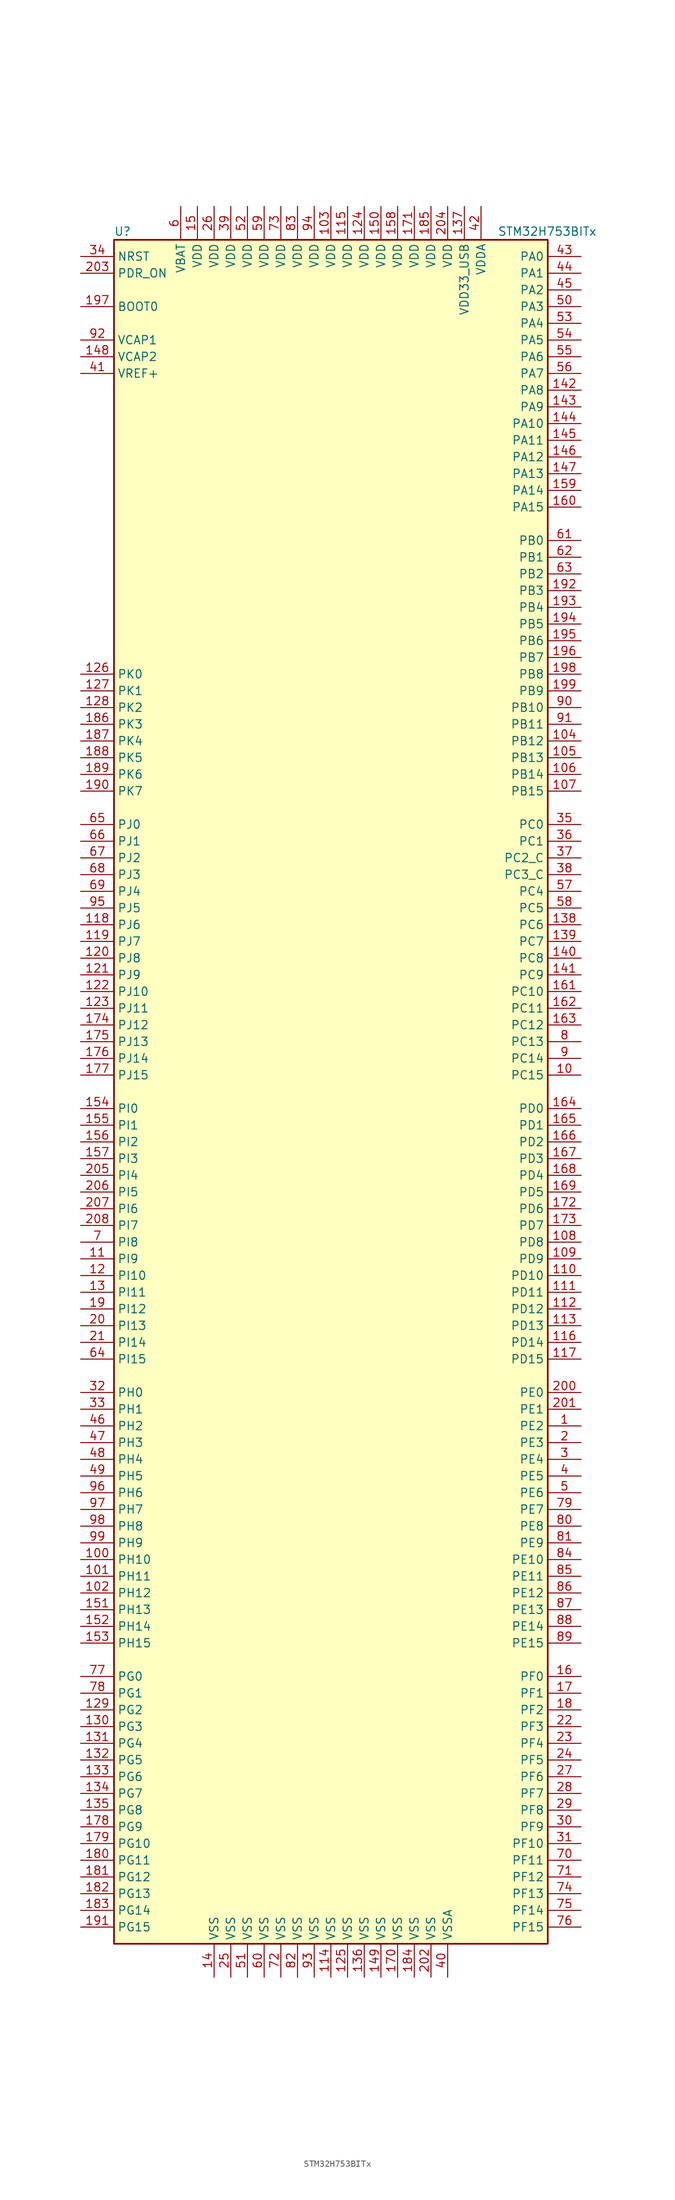
<source format=kicad_sym>
(kicad_symbol_lib
  (version 20220914)
  (generator kicad_symbol_editor)
  (symbol "STM32H753BITx"
    (property "Reference" "U"
      (at -33.02 130.81 0)
      (effects (font (size 1.27 1.27)) (justify left)))
    (property "Value" "STM32H753BITx"
      (at 25.4 130.81 0)
      (effects (font (size 1.27 1.27)) (justify left)))
    (symbol "STM32H753BITx_0_1"
      (rectangle (start -33.02 -129.54) (end 33.02 129.54) (stroke (width 0.254) (type default)) (fill (type background))))
    (symbol "STM32H753BITx_1_1"
      (pin bidirectional line (at 38.1 -50.8 180) (length 5.08) (name "PE2" (effects (font (size 1.27 1.27)))) (number "1" (effects (font (size 1.27 1.27)))))
      (pin bidirectional line (at 38.1 2.54 180) (length 5.08) (name "PC15" (effects (font (size 1.27 1.27)))) (number "10" (effects (font (size 1.27 1.27)))))
      (pin bidirectional line (at -38.1 -71.12 0) (length 5.08) (name "PH10" (effects (font (size 1.27 1.27)))) (number "100" (effects (font (size 1.27 1.27)))))
      (pin bidirectional line (at -38.1 -73.66 0) (length 5.08) (name "PH11" (effects (font (size 1.27 1.27)))) (number "101" (effects (font (size 1.27 1.27)))))
      (pin bidirectional line (at -38.1 -76.2 0) (length 5.08) (name "PH12" (effects (font (size 1.27 1.27)))) (number "102" (effects (font (size 1.27 1.27)))))
      (pin power_in line (at 0 134.62 270) (length 5.08) (name "VDD" (effects (font (size 1.27 1.27)))) (number "103" (effects (font (size 1.27 1.27)))))
      (pin bidirectional line (at 38.1 53.34 180) (length 5.08) (name "PB12" (effects (font (size 1.27 1.27)))) (number "104" (effects (font (size 1.27 1.27)))))
      (pin bidirectional line (at 38.1 50.8 180) (length 5.08) (name "PB13" (effects (font (size 1.27 1.27)))) (number "105" (effects (font (size 1.27 1.27)))))
      (pin bidirectional line (at 38.1 48.26 180) (length 5.08) (name "PB14" (effects (font (size 1.27 1.27)))) (number "106" (effects (font (size 1.27 1.27)))))
      (pin bidirectional line (at 38.1 45.72 180) (length 5.08) (name "PB15" (effects (font (size 1.27 1.27)))) (number "107" (effects (font (size 1.27 1.27)))))
      (pin bidirectional line (at 38.1 -22.86 180) (length 5.08) (name "PD8" (effects (font (size 1.27 1.27)))) (number "108" (effects (font (size 1.27 1.27)))))
      (pin bidirectional line (at 38.1 -25.4 180) (length 5.08) (name "PD9" (effects (font (size 1.27 1.27)))) (number "109" (effects (font (size 1.27 1.27)))))
      (pin bidirectional line (at -38.1 -25.4 0) (length 5.08) (name "PI9" (effects (font (size 1.27 1.27)))) (number "11" (effects (font (size 1.27 1.27)))))
      (pin bidirectional line (at 38.1 -27.94 180) (length 5.08) (name "PD10" (effects (font (size 1.27 1.27)))) (number "110" (effects (font (size 1.27 1.27)))))
      (pin bidirectional line (at 38.1 -30.48 180) (length 5.08) (name "PD11" (effects (font (size 1.27 1.27)))) (number "111" (effects (font (size 1.27 1.27)))))
      (pin bidirectional line (at 38.1 -33.02 180) (length 5.08) (name "PD12" (effects (font (size 1.27 1.27)))) (number "112" (effects (font (size 1.27 1.27)))))
      (pin bidirectional line (at 38.1 -35.56 180) (length 5.08) (name "PD13" (effects (font (size 1.27 1.27)))) (number "113" (effects (font (size 1.27 1.27)))))
      (pin power_in line (at 0 -134.62 90) (length 5.08) (name "VSS" (effects (font (size 1.27 1.27)))) (number "114" (effects (font (size 1.27 1.27)))))
      (pin power_in line (at 2.54 134.62 270) (length 5.08) (name "VDD" (effects (font (size 1.27 1.27)))) (number "115" (effects (font (size 1.27 1.27)))))
      (pin bidirectional line (at 38.1 -38.1 180) (length 5.08) (name "PD14" (effects (font (size 1.27 1.27)))) (number "116" (effects (font (size 1.27 1.27)))))
      (pin bidirectional line (at 38.1 -40.64 180) (length 5.08) (name "PD15" (effects (font (size 1.27 1.27)))) (number "117" (effects (font (size 1.27 1.27)))))
      (pin bidirectional line (at -38.1 25.4 0) (length 5.08) (name "PJ6" (effects (font (size 1.27 1.27)))) (number "118" (effects (font (size 1.27 1.27)))))
      (pin bidirectional line (at -38.1 22.86 0) (length 5.08) (name "PJ7" (effects (font (size 1.27 1.27)))) (number "119" (effects (font (size 1.27 1.27)))))
      (pin bidirectional line (at -38.1 -27.94 0) (length 5.08) (name "PI10" (effects (font (size 1.27 1.27)))) (number "12" (effects (font (size 1.27 1.27)))))
      (pin bidirectional line (at -38.1 20.32 0) (length 5.08) (name "PJ8" (effects (font (size 1.27 1.27)))) (number "120" (effects (font (size 1.27 1.27)))))
      (pin bidirectional line (at -38.1 17.78 0) (length 5.08) (name "PJ9" (effects (font (size 1.27 1.27)))) (number "121" (effects (font (size 1.27 1.27)))))
      (pin bidirectional line (at -38.1 15.24 0) (length 5.08) (name "PJ10" (effects (font (size 1.27 1.27)))) (number "122" (effects (font (size 1.27 1.27)))))
      (pin bidirectional line (at -38.1 12.7 0) (length 5.08) (name "PJ11" (effects (font (size 1.27 1.27)))) (number "123" (effects (font (size 1.27 1.27)))))
      (pin power_in line (at 5.08 134.62 270) (length 5.08) (name "VDD" (effects (font (size 1.27 1.27)))) (number "124" (effects (font (size 1.27 1.27)))))
      (pin power_in line (at 2.54 -134.62 90) (length 5.08) (name "VSS" (effects (font (size 1.27 1.27)))) (number "125" (effects (font (size 1.27 1.27)))))
      (pin bidirectional line (at -38.1 63.5 0) (length 5.08) (name "PK0" (effects (font (size 1.27 1.27)))) (number "126" (effects (font (size 1.27 1.27)))))
      (pin bidirectional line (at -38.1 60.96 0) (length 5.08) (name "PK1" (effects (font (size 1.27 1.27)))) (number "127" (effects (font (size 1.27 1.27)))))
      (pin bidirectional line (at -38.1 58.42 0) (length 5.08) (name "PK2" (effects (font (size 1.27 1.27)))) (number "128" (effects (font (size 1.27 1.27)))))
      (pin bidirectional line (at -38.1 -93.98 0) (length 5.08) (name "PG2" (effects (font (size 1.27 1.27)))) (number "129" (effects (font (size 1.27 1.27)))))
      (pin bidirectional line (at -38.1 -30.48 0) (length 5.08) (name "PI11" (effects (font (size 1.27 1.27)))) (number "13" (effects (font (size 1.27 1.27)))))
      (pin bidirectional line (at -38.1 -96.52 0) (length 5.08) (name "PG3" (effects (font (size 1.27 1.27)))) (number "130" (effects (font (size 1.27 1.27)))))
      (pin bidirectional line (at -38.1 -99.06 0) (length 5.08) (name "PG4" (effects (font (size 1.27 1.27)))) (number "131" (effects (font (size 1.27 1.27)))))
      (pin bidirectional line (at -38.1 -101.6 0) (length 5.08) (name "PG5" (effects (font (size 1.27 1.27)))) (number "132" (effects (font (size 1.27 1.27)))))
      (pin bidirectional line (at -38.1 -104.14 0) (length 5.08) (name "PG6" (effects (font (size 1.27 1.27)))) (number "133" (effects (font (size 1.27 1.27)))))
      (pin bidirectional line (at -38.1 -106.68 0) (length 5.08) (name "PG7" (effects (font (size 1.27 1.27)))) (number "134" (effects (font (size 1.27 1.27)))))
      (pin bidirectional line (at -38.1 -109.22 0) (length 5.08) (name "PG8" (effects (font (size 1.27 1.27)))) (number "135" (effects (font (size 1.27 1.27)))))
      (pin power_in line (at 5.08 -134.62 90) (length 5.08) (name "VSS" (effects (font (size 1.27 1.27)))) (number "136" (effects (font (size 1.27 1.27)))))
      (pin power_in line (at 20.32 134.62 270) (length 5.08) (name "VDD33_USB" (effects (font (size 1.27 1.27)))) (number "137" (effects (font (size 1.27 1.27)))))
      (pin bidirectional line (at 38.1 25.4 180) (length 5.08) (name "PC6" (effects (font (size 1.27 1.27)))) (number "138" (effects (font (size 1.27 1.27)))))
      (pin bidirectional line (at 38.1 22.86 180) (length 5.08) (name "PC7" (effects (font (size 1.27 1.27)))) (number "139" (effects (font (size 1.27 1.27)))))
      (pin power_in line (at -17.78 -134.62 90) (length 5.08) (name "VSS" (effects (font (size 1.27 1.27)))) (number "14" (effects (font (size 1.27 1.27)))))
      (pin bidirectional line (at 38.1 20.32 180) (length 5.08) (name "PC8" (effects (font (size 1.27 1.27)))) (number "140" (effects (font (size 1.27 1.27)))))
      (pin bidirectional line (at 38.1 17.78 180) (length 5.08) (name "PC9" (effects (font (size 1.27 1.27)))) (number "141" (effects (font (size 1.27 1.27)))))
      (pin bidirectional line (at 38.1 106.68 180) (length 5.08) (name "PA8" (effects (font (size 1.27 1.27)))) (number "142" (effects (font (size 1.27 1.27)))))
      (pin bidirectional line (at 38.1 104.14 180) (length 5.08) (name "PA9" (effects (font (size 1.27 1.27)))) (number "143" (effects (font (size 1.27 1.27)))))
      (pin bidirectional line (at 38.1 101.6 180) (length 5.08) (name "PA10" (effects (font (size 1.27 1.27)))) (number "144" (effects (font (size 1.27 1.27)))))
      (pin bidirectional line (at 38.1 99.06 180) (length 5.08) (name "PA11" (effects (font (size 1.27 1.27)))) (number "145" (effects (font (size 1.27 1.27)))))
      (pin bidirectional line (at 38.1 96.52 180) (length 5.08) (name "PA12" (effects (font (size 1.27 1.27)))) (number "146" (effects (font (size 1.27 1.27)))))
      (pin bidirectional line (at 38.1 93.98 180) (length 5.08) (name "PA13" (effects (font (size 1.27 1.27)))) (number "147" (effects (font (size 1.27 1.27)))))
      (pin power_in line (at -38.1 111.76 0) (length 5.08) (name "VCAP2" (effects (font (size 1.27 1.27)))) (number "148" (effects (font (size 1.27 1.27)))))
      (pin power_in line (at 7.62 -134.62 90) (length 5.08) (name "VSS" (effects (font (size 1.27 1.27)))) (number "149" (effects (font (size 1.27 1.27)))))
      (pin power_in line (at -20.32 134.62 270) (length 5.08) (name "VDD" (effects (font (size 1.27 1.27)))) (number "15" (effects (font (size 1.27 1.27)))))
      (pin power_in line (at 7.62 134.62 270) (length 5.08) (name "VDD" (effects (font (size 1.27 1.27)))) (number "150" (effects (font (size 1.27 1.27)))))
      (pin bidirectional line (at -38.1 -78.74 0) (length 5.08) (name "PH13" (effects (font (size 1.27 1.27)))) (number "151" (effects (font (size 1.27 1.27)))))
      (pin bidirectional line (at -38.1 -81.28 0) (length 5.08) (name "PH14" (effects (font (size 1.27 1.27)))) (number "152" (effects (font (size 1.27 1.27)))))
      (pin bidirectional line (at -38.1 -83.82 0) (length 5.08) (name "PH15" (effects (font (size 1.27 1.27)))) (number "153" (effects (font (size 1.27 1.27)))))
      (pin bidirectional line (at -38.1 -2.54 0) (length 5.08) (name "PI0" (effects (font (size 1.27 1.27)))) (number "154" (effects (font (size 1.27 1.27)))))
      (pin bidirectional line (at -38.1 -5.08 0) (length 5.08) (name "PI1" (effects (font (size 1.27 1.27)))) (number "155" (effects (font (size 1.27 1.27)))))
      (pin bidirectional line (at -38.1 -7.62 0) (length 5.08) (name "PI2" (effects (font (size 1.27 1.27)))) (number "156" (effects (font (size 1.27 1.27)))))
      (pin bidirectional line (at -38.1 -10.16 0) (length 5.08) (name "PI3" (effects (font (size 1.27 1.27)))) (number "157" (effects (font (size 1.27 1.27)))))
      (pin power_in line (at 10.16 134.62 270) (length 5.08) (name "VDD" (effects (font (size 1.27 1.27)))) (number "158" (effects (font (size 1.27 1.27)))))
      (pin bidirectional line (at 38.1 91.44 180) (length 5.08) (name "PA14" (effects (font (size 1.27 1.27)))) (number "159" (effects (font (size 1.27 1.27)))))
      (pin bidirectional line (at 38.1 -88.9 180) (length 5.08) (name "PF0" (effects (font (size 1.27 1.27)))) (number "16" (effects (font (size 1.27 1.27)))))
      (pin bidirectional line (at 38.1 88.9 180) (length 5.08) (name "PA15" (effects (font (size 1.27 1.27)))) (number "160" (effects (font (size 1.27 1.27)))))
      (pin bidirectional line (at 38.1 15.24 180) (length 5.08) (name "PC10" (effects (font (size 1.27 1.27)))) (number "161" (effects (font (size 1.27 1.27)))))
      (pin bidirectional line (at 38.1 12.7 180) (length 5.08) (name "PC11" (effects (font (size 1.27 1.27)))) (number "162" (effects (font (size 1.27 1.27)))))
      (pin bidirectional line (at 38.1 10.16 180) (length 5.08) (name "PC12" (effects (font (size 1.27 1.27)))) (number "163" (effects (font (size 1.27 1.27)))))
      (pin bidirectional line (at 38.1 -2.54 180) (length 5.08) (name "PD0" (effects (font (size 1.27 1.27)))) (number "164" (effects (font (size 1.27 1.27)))))
      (pin bidirectional line (at 38.1 -5.08 180) (length 5.08) (name "PD1" (effects (font (size 1.27 1.27)))) (number "165" (effects (font (size 1.27 1.27)))))
      (pin bidirectional line (at 38.1 -7.62 180) (length 5.08) (name "PD2" (effects (font (size 1.27 1.27)))) (number "166" (effects (font (size 1.27 1.27)))))
      (pin bidirectional line (at 38.1 -10.16 180) (length 5.08) (name "PD3" (effects (font (size 1.27 1.27)))) (number "167" (effects (font (size 1.27 1.27)))))
      (pin bidirectional line (at 38.1 -12.7 180) (length 5.08) (name "PD4" (effects (font (size 1.27 1.27)))) (number "168" (effects (font (size 1.27 1.27)))))
      (pin bidirectional line (at 38.1 -15.24 180) (length 5.08) (name "PD5" (effects (font (size 1.27 1.27)))) (number "169" (effects (font (size 1.27 1.27)))))
      (pin bidirectional line (at 38.1 -91.44 180) (length 5.08) (name "PF1" (effects (font (size 1.27 1.27)))) (number "17" (effects (font (size 1.27 1.27)))))
      (pin power_in line (at 10.16 -134.62 90) (length 5.08) (name "VSS" (effects (font (size 1.27 1.27)))) (number "170" (effects (font (size 1.27 1.27)))))
      (pin power_in line (at 12.7 134.62 270) (length 5.08) (name "VDD" (effects (font (size 1.27 1.27)))) (number "171" (effects (font (size 1.27 1.27)))))
      (pin bidirectional line (at 38.1 -17.78 180) (length 5.08) (name "PD6" (effects (font (size 1.27 1.27)))) (number "172" (effects (font (size 1.27 1.27)))))
      (pin bidirectional line (at 38.1 -20.32 180) (length 5.08) (name "PD7" (effects (font (size 1.27 1.27)))) (number "173" (effects (font (size 1.27 1.27)))))
      (pin bidirectional line (at -38.1 10.16 0) (length 5.08) (name "PJ12" (effects (font (size 1.27 1.27)))) (number "174" (effects (font (size 1.27 1.27)))))
      (pin bidirectional line (at -38.1 7.62 0) (length 5.08) (name "PJ13" (effects (font (size 1.27 1.27)))) (number "175" (effects (font (size 1.27 1.27)))))
      (pin bidirectional line (at -38.1 5.08 0) (length 5.08) (name "PJ14" (effects (font (size 1.27 1.27)))) (number "176" (effects (font (size 1.27 1.27)))))
      (pin bidirectional line (at -38.1 2.54 0) (length 5.08) (name "PJ15" (effects (font (size 1.27 1.27)))) (number "177" (effects (font (size 1.27 1.27)))))
      (pin bidirectional line (at -38.1 -111.76 0) (length 5.08) (name "PG9" (effects (font (size 1.27 1.27)))) (number "178" (effects (font (size 1.27 1.27)))))
      (pin bidirectional line (at -38.1 -114.3 0) (length 5.08) (name "PG10" (effects (font (size 1.27 1.27)))) (number "179" (effects (font (size 1.27 1.27)))))
      (pin bidirectional line (at 38.1 -93.98 180) (length 5.08) (name "PF2" (effects (font (size 1.27 1.27)))) (number "18" (effects (font (size 1.27 1.27)))))
      (pin bidirectional line (at -38.1 -116.84 0) (length 5.08) (name "PG11" (effects (font (size 1.27 1.27)))) (number "180" (effects (font (size 1.27 1.27)))))
      (pin bidirectional line (at -38.1 -119.38 0) (length 5.08) (name "PG12" (effects (font (size 1.27 1.27)))) (number "181" (effects (font (size 1.27 1.27)))))
      (pin bidirectional line (at -38.1 -121.92 0) (length 5.08) (name "PG13" (effects (font (size 1.27 1.27)))) (number "182" (effects (font (size 1.27 1.27)))))
      (pin bidirectional line (at -38.1 -124.46 0) (length 5.08) (name "PG14" (effects (font (size 1.27 1.27)))) (number "183" (effects (font (size 1.27 1.27)))))
      (pin power_in line (at 12.7 -134.62 90) (length 5.08) (name "VSS" (effects (font (size 1.27 1.27)))) (number "184" (effects (font (size 1.27 1.27)))))
      (pin power_in line (at 15.24 134.62 270) (length 5.08) (name "VDD" (effects (font (size 1.27 1.27)))) (number "185" (effects (font (size 1.27 1.27)))))
      (pin bidirectional line (at -38.1 55.88 0) (length 5.08) (name "PK3" (effects (font (size 1.27 1.27)))) (number "186" (effects (font (size 1.27 1.27)))))
      (pin bidirectional line (at -38.1 53.34 0) (length 5.08) (name "PK4" (effects (font (size 1.27 1.27)))) (number "187" (effects (font (size 1.27 1.27)))))
      (pin bidirectional line (at -38.1 50.8 0) (length 5.08) (name "PK5" (effects (font (size 1.27 1.27)))) (number "188" (effects (font (size 1.27 1.27)))))
      (pin bidirectional line (at -38.1 48.26 0) (length 5.08) (name "PK6" (effects (font (size 1.27 1.27)))) (number "189" (effects (font (size 1.27 1.27)))))
      (pin bidirectional line (at -38.1 -33.02 0) (length 5.08) (name "PI12" (effects (font (size 1.27 1.27)))) (number "19" (effects (font (size 1.27 1.27)))))
      (pin bidirectional line (at -38.1 45.72 0) (length 5.08) (name "PK7" (effects (font (size 1.27 1.27)))) (number "190" (effects (font (size 1.27 1.27)))))
      (pin bidirectional line (at -38.1 -127 0) (length 5.08) (name "PG15" (effects (font (size 1.27 1.27)))) (number "191" (effects (font (size 1.27 1.27)))))
      (pin bidirectional line (at 38.1 76.2 180) (length 5.08) (name "PB3" (effects (font (size 1.27 1.27)))) (number "192" (effects (font (size 1.27 1.27)))))
      (pin bidirectional line (at 38.1 73.66 180) (length 5.08) (name "PB4" (effects (font (size 1.27 1.27)))) (number "193" (effects (font (size 1.27 1.27)))))
      (pin bidirectional line (at 38.1 71.12 180) (length 5.08) (name "PB5" (effects (font (size 1.27 1.27)))) (number "194" (effects (font (size 1.27 1.27)))))
      (pin bidirectional line (at 38.1 68.58 180) (length 5.08) (name "PB6" (effects (font (size 1.27 1.27)))) (number "195" (effects (font (size 1.27 1.27)))))
      (pin bidirectional line (at 38.1 66.04 180) (length 5.08) (name "PB7" (effects (font (size 1.27 1.27)))) (number "196" (effects (font (size 1.27 1.27)))))
      (pin input line (at -38.1 119.38 0) (length 5.08) (name "BOOT0" (effects (font (size 1.27 1.27)))) (number "197" (effects (font (size 1.27 1.27)))))
      (pin bidirectional line (at 38.1 63.5 180) (length 5.08) (name "PB8" (effects (font (size 1.27 1.27)))) (number "198" (effects (font (size 1.27 1.27)))))
      (pin bidirectional line (at 38.1 60.96 180) (length 5.08) (name "PB9" (effects (font (size 1.27 1.27)))) (number "199" (effects (font (size 1.27 1.27)))))
      (pin bidirectional line (at 38.1 -53.34 180) (length 5.08) (name "PE3" (effects (font (size 1.27 1.27)))) (number "2" (effects (font (size 1.27 1.27)))))
      (pin bidirectional line (at -38.1 -35.56 0) (length 5.08) (name "PI13" (effects (font (size 1.27 1.27)))) (number "20" (effects (font (size 1.27 1.27)))))
      (pin bidirectional line (at 38.1 -45.72 180) (length 5.08) (name "PE0" (effects (font (size 1.27 1.27)))) (number "200" (effects (font (size 1.27 1.27)))))
      (pin bidirectional line (at 38.1 -48.26 180) (length 5.08) (name "PE1" (effects (font (size 1.27 1.27)))) (number "201" (effects (font (size 1.27 1.27)))))
      (pin power_in line (at 15.24 -134.62 90) (length 5.08) (name "VSS" (effects (font (size 1.27 1.27)))) (number "202" (effects (font (size 1.27 1.27)))))
      (pin input line (at -38.1 124.46 0) (length 5.08) (name "PDR_ON" (effects (font (size 1.27 1.27)))) (number "203" (effects (font (size 1.27 1.27)))))
      (pin power_in line (at 17.78 134.62 270) (length 5.08) (name "VDD" (effects (font (size 1.27 1.27)))) (number "204" (effects (font (size 1.27 1.27)))))
      (pin bidirectional line (at -38.1 -12.7 0) (length 5.08) (name "PI4" (effects (font (size 1.27 1.27)))) (number "205" (effects (font (size 1.27 1.27)))))
      (pin bidirectional line (at -38.1 -15.24 0) (length 5.08) (name "PI5" (effects (font (size 1.27 1.27)))) (number "206" (effects (font (size 1.27 1.27)))))
      (pin bidirectional line (at -38.1 -17.78 0) (length 5.08) (name "PI6" (effects (font (size 1.27 1.27)))) (number "207" (effects (font (size 1.27 1.27)))))
      (pin bidirectional line (at -38.1 -20.32 0) (length 5.08) (name "PI7" (effects (font (size 1.27 1.27)))) (number "208" (effects (font (size 1.27 1.27)))))
      (pin bidirectional line (at -38.1 -38.1 0) (length 5.08) (name "PI14" (effects (font (size 1.27 1.27)))) (number "21" (effects (font (size 1.27 1.27)))))
      (pin bidirectional line (at 38.1 -96.52 180) (length 5.08) (name "PF3" (effects (font (size 1.27 1.27)))) (number "22" (effects (font (size 1.27 1.27)))))
      (pin bidirectional line (at 38.1 -99.06 180) (length 5.08) (name "PF4" (effects (font (size 1.27 1.27)))) (number "23" (effects (font (size 1.27 1.27)))))
      (pin bidirectional line (at 38.1 -101.6 180) (length 5.08) (name "PF5" (effects (font (size 1.27 1.27)))) (number "24" (effects (font (size 1.27 1.27)))))
      (pin power_in line (at -15.24 -134.62 90) (length 5.08) (name "VSS" (effects (font (size 1.27 1.27)))) (number "25" (effects (font (size 1.27 1.27)))))
      (pin power_in line (at -17.78 134.62 270) (length 5.08) (name "VDD" (effects (font (size 1.27 1.27)))) (number "26" (effects (font (size 1.27 1.27)))))
      (pin bidirectional line (at 38.1 -104.14 180) (length 5.08) (name "PF6" (effects (font (size 1.27 1.27)))) (number "27" (effects (font (size 1.27 1.27)))))
      (pin bidirectional line (at 38.1 -106.68 180) (length 5.08) (name "PF7" (effects (font (size 1.27 1.27)))) (number "28" (effects (font (size 1.27 1.27)))))
      (pin bidirectional line (at 38.1 -109.22 180) (length 5.08) (name "PF8" (effects (font (size 1.27 1.27)))) (number "29" (effects (font (size 1.27 1.27)))))
      (pin bidirectional line (at 38.1 -55.88 180) (length 5.08) (name "PE4" (effects (font (size 1.27 1.27)))) (number "3" (effects (font (size 1.27 1.27)))))
      (pin bidirectional line (at 38.1 -111.76 180) (length 5.08) (name "PF9" (effects (font (size 1.27 1.27)))) (number "30" (effects (font (size 1.27 1.27)))))
      (pin bidirectional line (at 38.1 -114.3 180) (length 5.08) (name "PF10" (effects (font (size 1.27 1.27)))) (number "31" (effects (font (size 1.27 1.27)))))
      (pin input line (at -38.1 -45.72 0) (length 5.08) (name "PH0" (effects (font (size 1.27 1.27)))) (number "32" (effects (font (size 1.27 1.27)))))
      (pin input line (at -38.1 -48.26 0) (length 5.08) (name "PH1" (effects (font (size 1.27 1.27)))) (number "33" (effects (font (size 1.27 1.27)))))
      (pin input line (at -38.1 127 0) (length 5.08) (name "NRST" (effects (font (size 1.27 1.27)))) (number "34" (effects (font (size 1.27 1.27)))))
      (pin bidirectional line (at 38.1 40.64 180) (length 5.08) (name "PC0" (effects (font (size 1.27 1.27)))) (number "35" (effects (font (size 1.27 1.27)))))
      (pin bidirectional line (at 38.1 38.1 180) (length 5.08) (name "PC1" (effects (font (size 1.27 1.27)))) (number "36" (effects (font (size 1.27 1.27)))))
      (pin bidirectional line (at 38.1 35.56 180) (length 5.08) (name "PC2_C" (effects (font (size 1.27 1.27)))) (number "37" (effects (font (size 1.27 1.27)))))
      (pin bidirectional line (at 38.1 33.02 180) (length 5.08) (name "PC3_C" (effects (font (size 1.27 1.27)))) (number "38" (effects (font (size 1.27 1.27)))))
      (pin power_in line (at -15.24 134.62 270) (length 5.08) (name "VDD" (effects (font (size 1.27 1.27)))) (number "39" (effects (font (size 1.27 1.27)))))
      (pin bidirectional line (at 38.1 -58.42 180) (length 5.08) (name "PE5" (effects (font (size 1.27 1.27)))) (number "4" (effects (font (size 1.27 1.27)))))
      (pin power_in line (at 17.78 -134.62 90) (length 5.08) (name "VSSA" (effects (font (size 1.27 1.27)))) (number "40" (effects (font (size 1.27 1.27)))))
      (pin bidirectional line (at -38.1 109.22 0) (length 5.08) (name "VREF+" (effects (font (size 1.27 1.27)))) (number "41" (effects (font (size 1.27 1.27)))))
      (pin power_in line (at 22.86 134.62 270) (length 5.08) (name "VDDA" (effects (font (size 1.27 1.27)))) (number "42" (effects (font (size 1.27 1.27)))))
      (pin bidirectional line (at 38.1 127 180) (length 5.08) (name "PA0" (effects (font (size 1.27 1.27)))) (number "43" (effects (font (size 1.27 1.27)))))
      (pin bidirectional line (at 38.1 124.46 180) (length 5.08) (name "PA1" (effects (font (size 1.27 1.27)))) (number "44" (effects (font (size 1.27 1.27)))))
      (pin bidirectional line (at 38.1 121.92 180) (length 5.08) (name "PA2" (effects (font (size 1.27 1.27)))) (number "45" (effects (font (size 1.27 1.27)))))
      (pin bidirectional line (at -38.1 -50.8 0) (length 5.08) (name "PH2" (effects (font (size 1.27 1.27)))) (number "46" (effects (font (size 1.27 1.27)))))
      (pin bidirectional line (at -38.1 -53.34 0) (length 5.08) (name "PH3" (effects (font (size 1.27 1.27)))) (number "47" (effects (font (size 1.27 1.27)))))
      (pin bidirectional line (at -38.1 -55.88 0) (length 5.08) (name "PH4" (effects (font (size 1.27 1.27)))) (number "48" (effects (font (size 1.27 1.27)))))
      (pin bidirectional line (at -38.1 -58.42 0) (length 5.08) (name "PH5" (effects (font (size 1.27 1.27)))) (number "49" (effects (font (size 1.27 1.27)))))
      (pin bidirectional line (at 38.1 -60.96 180) (length 5.08) (name "PE6" (effects (font (size 1.27 1.27)))) (number "5" (effects (font (size 1.27 1.27)))))
      (pin bidirectional line (at 38.1 119.38 180) (length 5.08) (name "PA3" (effects (font (size 1.27 1.27)))) (number "50" (effects (font (size 1.27 1.27)))))
      (pin power_in line (at -12.7 -134.62 90) (length 5.08) (name "VSS" (effects (font (size 1.27 1.27)))) (number "51" (effects (font (size 1.27 1.27)))))
      (pin power_in line (at -12.7 134.62 270) (length 5.08) (name "VDD" (effects (font (size 1.27 1.27)))) (number "52" (effects (font (size 1.27 1.27)))))
      (pin bidirectional line (at 38.1 116.84 180) (length 5.08) (name "PA4" (effects (font (size 1.27 1.27)))) (number "53" (effects (font (size 1.27 1.27)))))
      (pin bidirectional line (at 38.1 114.3 180) (length 5.08) (name "PA5" (effects (font (size 1.27 1.27)))) (number "54" (effects (font (size 1.27 1.27)))))
      (pin bidirectional line (at 38.1 111.76 180) (length 5.08) (name "PA6" (effects (font (size 1.27 1.27)))) (number "55" (effects (font (size 1.27 1.27)))))
      (pin bidirectional line (at 38.1 109.22 180) (length 5.08) (name "PA7" (effects (font (size 1.27 1.27)))) (number "56" (effects (font (size 1.27 1.27)))))
      (pin bidirectional line (at 38.1 30.48 180) (length 5.08) (name "PC4" (effects (font (size 1.27 1.27)))) (number "57" (effects (font (size 1.27 1.27)))))
      (pin bidirectional line (at 38.1 27.94 180) (length 5.08) (name "PC5" (effects (font (size 1.27 1.27)))) (number "58" (effects (font (size 1.27 1.27)))))
      (pin power_in line (at -10.16 134.62 270) (length 5.08) (name "VDD" (effects (font (size 1.27 1.27)))) (number "59" (effects (font (size 1.27 1.27)))))
      (pin power_in line (at -22.86 134.62 270) (length 5.08) (name "VBAT" (effects (font (size 1.27 1.27)))) (number "6" (effects (font (size 1.27 1.27)))))
      (pin power_in line (at -10.16 -134.62 90) (length 5.08) (name "VSS" (effects (font (size 1.27 1.27)))) (number "60" (effects (font (size 1.27 1.27)))))
      (pin bidirectional line (at 38.1 83.82 180) (length 5.08) (name "PB0" (effects (font (size 1.27 1.27)))) (number "61" (effects (font (size 1.27 1.27)))))
      (pin bidirectional line (at 38.1 81.28 180) (length 5.08) (name "PB1" (effects (font (size 1.27 1.27)))) (number "62" (effects (font (size 1.27 1.27)))))
      (pin bidirectional line (at 38.1 78.74 180) (length 5.08) (name "PB2" (effects (font (size 1.27 1.27)))) (number "63" (effects (font (size 1.27 1.27)))))
      (pin bidirectional line (at -38.1 -40.64 0) (length 5.08) (name "PI15" (effects (font (size 1.27 1.27)))) (number "64" (effects (font (size 1.27 1.27)))))
      (pin bidirectional line (at -38.1 40.64 0) (length 5.08) (name "PJ0" (effects (font (size 1.27 1.27)))) (number "65" (effects (font (size 1.27 1.27)))))
      (pin bidirectional line (at -38.1 38.1 0) (length 5.08) (name "PJ1" (effects (font (size 1.27 1.27)))) (number "66" (effects (font (size 1.27 1.27)))))
      (pin bidirectional line (at -38.1 35.56 0) (length 5.08) (name "PJ2" (effects (font (size 1.27 1.27)))) (number "67" (effects (font (size 1.27 1.27)))))
      (pin bidirectional line (at -38.1 33.02 0) (length 5.08) (name "PJ3" (effects (font (size 1.27 1.27)))) (number "68" (effects (font (size 1.27 1.27)))))
      (pin bidirectional line (at -38.1 30.48 0) (length 5.08) (name "PJ4" (effects (font (size 1.27 1.27)))) (number "69" (effects (font (size 1.27 1.27)))))
      (pin bidirectional line (at -38.1 -22.86 0) (length 5.08) (name "PI8" (effects (font (size 1.27 1.27)))) (number "7" (effects (font (size 1.27 1.27)))))
      (pin bidirectional line (at 38.1 -116.84 180) (length 5.08) (name "PF11" (effects (font (size 1.27 1.27)))) (number "70" (effects (font (size 1.27 1.27)))))
      (pin bidirectional line (at 38.1 -119.38 180) (length 5.08) (name "PF12" (effects (font (size 1.27 1.27)))) (number "71" (effects (font (size 1.27 1.27)))))
      (pin power_in line (at -7.62 -134.62 90) (length 5.08) (name "VSS" (effects (font (size 1.27 1.27)))) (number "72" (effects (font (size 1.27 1.27)))))
      (pin power_in line (at -7.62 134.62 270) (length 5.08) (name "VDD" (effects (font (size 1.27 1.27)))) (number "73" (effects (font (size 1.27 1.27)))))
      (pin bidirectional line (at 38.1 -121.92 180) (length 5.08) (name "PF13" (effects (font (size 1.27 1.27)))) (number "74" (effects (font (size 1.27 1.27)))))
      (pin bidirectional line (at 38.1 -124.46 180) (length 5.08) (name "PF14" (effects (font (size 1.27 1.27)))) (number "75" (effects (font (size 1.27 1.27)))))
      (pin bidirectional line (at 38.1 -127 180) (length 5.08) (name "PF15" (effects (font (size 1.27 1.27)))) (number "76" (effects (font (size 1.27 1.27)))))
      (pin bidirectional line (at -38.1 -88.9 0) (length 5.08) (name "PG0" (effects (font (size 1.27 1.27)))) (number "77" (effects (font (size 1.27 1.27)))))
      (pin bidirectional line (at -38.1 -91.44 0) (length 5.08) (name "PG1" (effects (font (size 1.27 1.27)))) (number "78" (effects (font (size 1.27 1.27)))))
      (pin bidirectional line (at 38.1 -63.5 180) (length 5.08) (name "PE7" (effects (font (size 1.27 1.27)))) (number "79" (effects (font (size 1.27 1.27)))))
      (pin bidirectional line (at 38.1 7.62 180) (length 5.08) (name "PC13" (effects (font (size 1.27 1.27)))) (number "8" (effects (font (size 1.27 1.27)))))
      (pin bidirectional line (at 38.1 -66.04 180) (length 5.08) (name "PE8" (effects (font (size 1.27 1.27)))) (number "80" (effects (font (size 1.27 1.27)))))
      (pin bidirectional line (at 38.1 -68.58 180) (length 5.08) (name "PE9" (effects (font (size 1.27 1.27)))) (number "81" (effects (font (size 1.27 1.27)))))
      (pin power_in line (at -5.08 -134.62 90) (length 5.08) (name "VSS" (effects (font (size 1.27 1.27)))) (number "82" (effects (font (size 1.27 1.27)))))
      (pin power_in line (at -5.08 134.62 270) (length 5.08) (name "VDD" (effects (font (size 1.27 1.27)))) (number "83" (effects (font (size 1.27 1.27)))))
      (pin bidirectional line (at 38.1 -71.12 180) (length 5.08) (name "PE10" (effects (font (size 1.27 1.27)))) (number "84" (effects (font (size 1.27 1.27)))))
      (pin bidirectional line (at 38.1 -73.66 180) (length 5.08) (name "PE11" (effects (font (size 1.27 1.27)))) (number "85" (effects (font (size 1.27 1.27)))))
      (pin bidirectional line (at 38.1 -76.2 180) (length 5.08) (name "PE12" (effects (font (size 1.27 1.27)))) (number "86" (effects (font (size 1.27 1.27)))))
      (pin bidirectional line (at 38.1 -78.74 180) (length 5.08) (name "PE13" (effects (font (size 1.27 1.27)))) (number "87" (effects (font (size 1.27 1.27)))))
      (pin bidirectional line (at 38.1 -81.28 180) (length 5.08) (name "PE14" (effects (font (size 1.27 1.27)))) (number "88" (effects (font (size 1.27 1.27)))))
      (pin bidirectional line (at 38.1 -83.82 180) (length 5.08) (name "PE15" (effects (font (size 1.27 1.27)))) (number "89" (effects (font (size 1.27 1.27)))))
      (pin bidirectional line (at 38.1 5.08 180) (length 5.08) (name "PC14" (effects (font (size 1.27 1.27)))) (number "9" (effects (font (size 1.27 1.27)))))
      (pin bidirectional line (at 38.1 58.42 180) (length 5.08) (name "PB10" (effects (font (size 1.27 1.27)))) (number "90" (effects (font (size 1.27 1.27)))))
      (pin bidirectional line (at 38.1 55.88 180) (length 5.08) (name "PB11" (effects (font (size 1.27 1.27)))) (number "91" (effects (font (size 1.27 1.27)))))
      (pin power_in line (at -38.1 114.3 0) (length 5.08) (name "VCAP1" (effects (font (size 1.27 1.27)))) (number "92" (effects (font (size 1.27 1.27)))))
      (pin power_in line (at -2.54 -134.62 90) (length 5.08) (name "VSS" (effects (font (size 1.27 1.27)))) (number "93" (effects (font (size 1.27 1.27)))))
      (pin power_in line (at -2.54 134.62 270) (length 5.08) (name "VDD" (effects (font (size 1.27 1.27)))) (number "94" (effects (font (size 1.27 1.27)))))
      (pin bidirectional line (at -38.1 27.94 0) (length 5.08) (name "PJ5" (effects (font (size 1.27 1.27)))) (number "95" (effects (font (size 1.27 1.27)))))
      (pin bidirectional line (at -38.1 -60.96 0) (length 5.08) (name "PH6" (effects (font (size 1.27 1.27)))) (number "96" (effects (font (size 1.27 1.27)))))
      (pin bidirectional line (at -38.1 -63.5 0) (length 5.08) (name "PH7" (effects (font (size 1.27 1.27)))) (number "97" (effects (font (size 1.27 1.27)))))
      (pin bidirectional line (at -38.1 -66.04 0) (length 5.08) (name "PH8" (effects (font (size 1.27 1.27)))) (number "98" (effects (font (size 1.27 1.27)))))
      (pin bidirectional line (at -38.1 -68.58 0) (length 5.08) (name "PH9" (effects (font (size 1.27 1.27)))) (number "99" (effects (font (size 1.27 1.27))))))))
</source>
